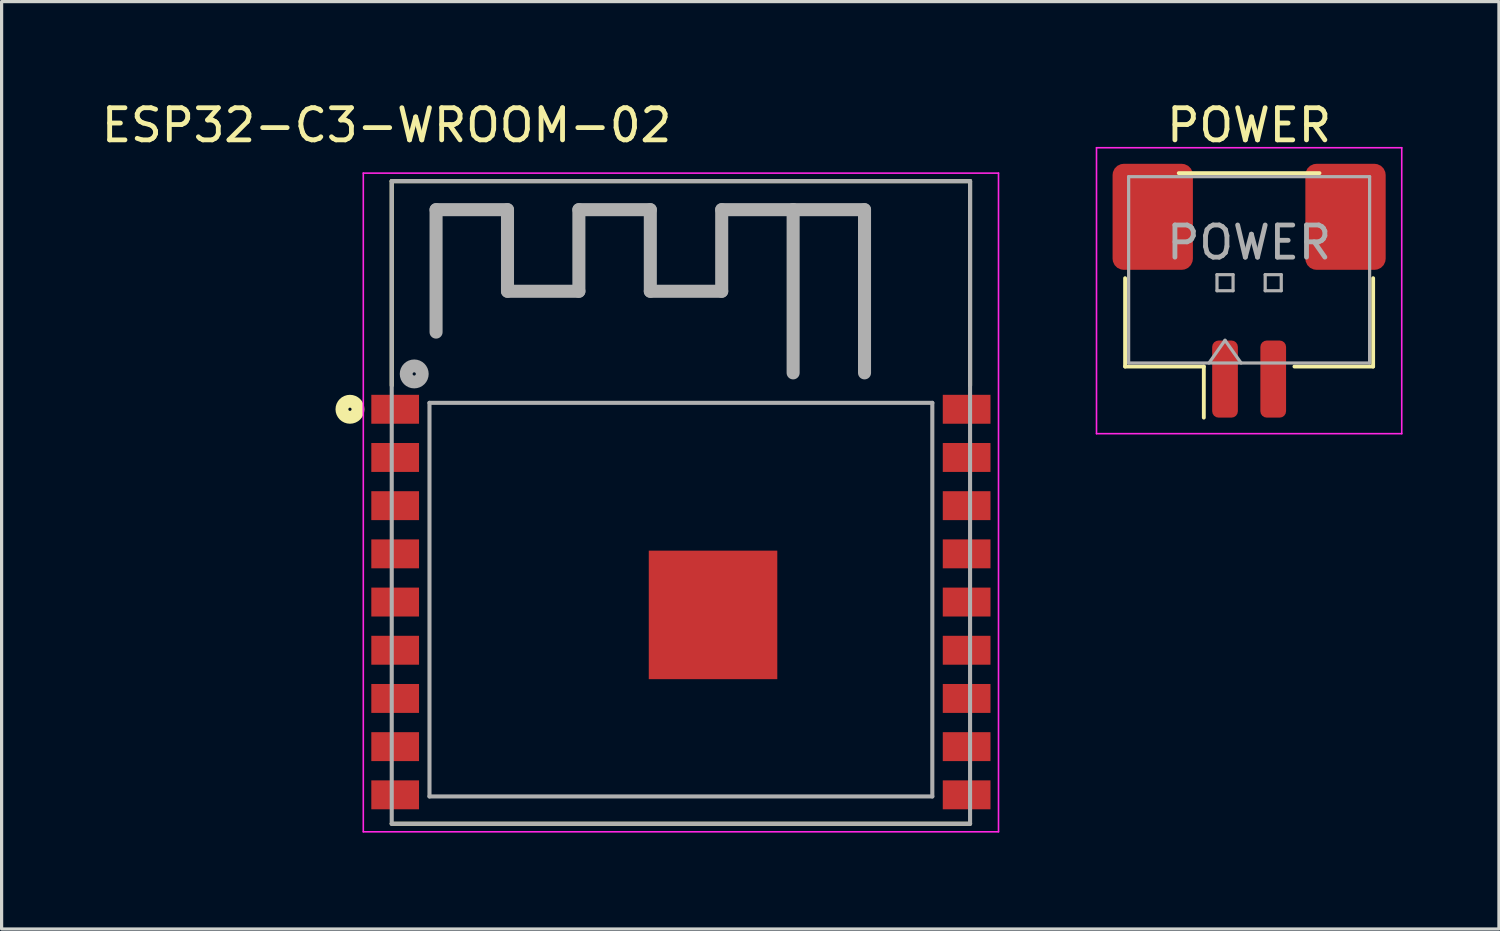
<source format=kicad_pcb>
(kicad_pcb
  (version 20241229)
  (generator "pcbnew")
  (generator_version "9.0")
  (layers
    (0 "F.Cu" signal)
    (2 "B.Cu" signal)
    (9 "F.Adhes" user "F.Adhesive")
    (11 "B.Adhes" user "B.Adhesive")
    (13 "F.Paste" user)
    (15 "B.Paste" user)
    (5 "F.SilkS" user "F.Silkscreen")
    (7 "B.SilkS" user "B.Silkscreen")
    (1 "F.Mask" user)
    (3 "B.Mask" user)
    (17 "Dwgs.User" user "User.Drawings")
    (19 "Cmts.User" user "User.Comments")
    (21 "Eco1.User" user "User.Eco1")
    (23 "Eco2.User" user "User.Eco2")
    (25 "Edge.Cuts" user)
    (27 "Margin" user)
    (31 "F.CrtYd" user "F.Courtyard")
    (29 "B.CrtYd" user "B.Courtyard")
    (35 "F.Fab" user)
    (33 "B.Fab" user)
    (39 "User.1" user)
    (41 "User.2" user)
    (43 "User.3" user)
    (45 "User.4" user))
  (footprint "ESP32-C3-WROOM-02"
    (layer "F.Cu")
    (at 19.142 14.818)
    (property "Reference" "ESP32-C3-WROOM-02" (at -10.16 -13.97 0) (unlocked yes) (layer "F.SilkS") (effects (font (size 1 1) (thickness 0.15))))
    (fp_line (start -10 -12.23) (end -10 -5.87) (stroke (width 0.127) (type solid)) (layer "F.SilkS"))
    (fp_line (start -10 -12.23) (end 8 -12.23) (stroke (width 0.127) (type solid)) (layer "F.SilkS"))
    (fp_line (start -10 7.77) (end 8 7.77) (stroke (width 0.127) (type solid)) (layer "F.SilkS"))
    (fp_line (start 8 -12.23) (end 8 -5.87) (stroke (width 0.127) (type solid)) (layer "F.SilkS"))
    (fp_circle (center -11.3 -5.13) (end -11.25 -5.13) (stroke (width 0.4) (type solid)) (fill no) (layer "F.SilkS"))
    (fp_line (start -10.885 -12.48) (end 8.885 -12.48) (stroke (width 0.05) (type solid)) (layer "F.CrtYd"))
    (fp_line (start -10.885 8.02) (end -10.885 -12.48) (stroke (width 0.05) (type solid)) (layer "F.CrtYd"))
    (fp_line (start 8.885 -12.48) (end 8.885 8.02) (stroke (width 0.05) (type solid)) (layer "F.CrtYd"))
    (fp_line (start 8.885 8.02) (end -10.885 8.02) (stroke (width 0.05) (type solid)) (layer "F.CrtYd"))
    (fp_line (start -10 -12.23) (end -10 7.77) (stroke (width 0.127) (type solid)) (layer "F.Fab"))
    (fp_line (start -10 7.77) (end 8 7.77) (stroke (width 0.127) (type solid)) (layer "F.Fab"))
    (fp_line (start -8.825 -5.33) (end -8.825 6.92) (stroke (width 0.127) (type solid)) (layer "F.Fab"))
    (fp_line (start -8.825 6.92) (end 6.825 6.92) (stroke (width 0.127) (type solid)) (layer "F.Fab"))
    (fp_line (start -8.62 -11.342) (end -6.397 -11.342) (stroke (width 0.406) (type solid)) (layer "F.Fab"))
    (fp_line (start -8.62 -7.532) (end -8.62 -11.342) (stroke (width 0.406) (type solid)) (layer "F.Fab"))
    (fp_line (start -6.397 -11.342) (end -6.397 -8.803) (stroke (width 0.406) (type solid)) (layer "F.Fab"))
    (fp_line (start -6.397 -8.803) (end -4.175 -8.803) (stroke (width 0.406) (type solid)) (layer "F.Fab"))
    (fp_line (start -4.175 -11.342) (end -1.952 -11.342) (stroke (width 0.406) (type solid)) (layer "F.Fab"))
    (fp_line (start -4.175 -8.803) (end -4.175 -11.342) (stroke (width 0.406) (type solid)) (layer "F.Fab"))
    (fp_line (start -1.952 -11.342) (end -1.952 -8.803) (stroke (width 0.406) (type solid)) (layer "F.Fab"))
    (fp_line (start -1.952 -8.803) (end 0.27 -8.803) (stroke (width 0.406) (type solid)) (layer "F.Fab"))
    (fp_line (start 0.27 -11.342) (end 2.493 -11.342) (stroke (width 0.406) (type solid)) (layer "F.Fab"))
    (fp_line (start 0.27 -8.803) (end 0.27 -11.342) (stroke (width 0.406) (type solid)) (layer "F.Fab"))
    (fp_line (start 2.493 -11.342) (end 2.493 -6.263) (stroke (width 0.406) (type solid)) (layer "F.Fab"))
    (fp_line (start 2.493 -11.342) (end 4.715 -11.342) (stroke (width 0.406) (type solid)) (layer "F.Fab"))
    (fp_line (start 4.715 -11.342) (end 4.715 -6.263) (stroke (width 0.406) (type solid)) (layer "F.Fab"))
    (fp_line (start 6.825 -5.33) (end -8.825 -5.33) (stroke (width 0.127) (type solid)) (layer "F.Fab"))
    (fp_line (start 6.825 6.92) (end 6.825 -5.33) (stroke (width 0.127) (type solid)) (layer "F.Fab"))
    (fp_line (start 8 -12.23) (end -10 -12.23) (stroke (width 0.127) (type solid)) (layer "F.Fab"))
    (fp_line (start 8 7.77) (end 8 -12.23) (stroke (width 0.127) (type solid)) (layer "F.Fab"))
    (fp_circle (center -9.3 -6.23) (end -9.25 -6.23) (stroke (width 0.4) (type solid)) (fill no) (layer "F.Fab"))
    (pad "1" smd rect (at -9.893 -5.13) (size 1.485 0.9) (layers "F.Cu" "F.Mask"))
    (pad "2" smd rect (at -9.893 -3.63) (size 1.485 0.9) (layers "F.Cu" "F.Mask"))
    (pad "3" smd rect (at -9.893 -2.13) (size 1.485 0.9) (layers "F.Cu" "F.Mask"))
    (pad "4" smd rect (at -9.893 -0.63) (size 1.485 0.9) (layers "F.Cu" "F.Mask"))
    (pad "5" smd rect (at -9.893 0.87) (size 1.485 0.9) (layers "F.Cu" "F.Mask"))
    (pad "6" smd rect (at -9.893 2.37) (size 1.485 0.9) (layers "F.Cu" "F.Mask"))
    (pad "7" smd rect (at -9.893 3.87) (size 1.485 0.9) (layers "F.Cu" "F.Mask"))
    (pad "8" smd rect (at -9.893 5.37) (size 1.485 0.9) (layers "F.Cu" "F.Mask"))
    (pad "9" smd rect (at -9.893 6.87) (size 1.485 0.9) (layers "F.Cu" "F.Mask"))
    (pad "10" smd rect (at 7.893 6.87) (size 1.485 0.9) (layers "F.Cu" "F.Mask"))
    (pad "11" smd rect (at 7.893 5.37) (size 1.485 0.9) (layers "F.Cu" "F.Mask"))
    (pad "12" smd rect (at 7.893 3.87) (size 1.485 0.9) (layers "F.Cu" "F.Mask"))
    (pad "13" smd rect (at 7.893 2.37) (size 1.485 0.9) (layers "F.Cu" "F.Mask"))
    (pad "14" smd rect (at 7.893 0.87) (size 1.485 0.9) (layers "F.Cu" "F.Mask"))
    (pad "15" smd rect (at 7.893 -0.63) (size 1.485 0.9) (layers "F.Cu" "F.Mask"))
    (pad "16" smd rect (at 7.893 -2.13) (size 1.485 0.9) (layers "F.Cu" "F.Mask"))
    (pad "17" smd rect (at 7.893 -3.63) (size 1.485 0.9) (layers "F.Cu" "F.Mask"))
    (pad "18" smd rect (at 7.893 -5.13) (size 1.485 0.9) (layers "F.Cu" "F.Mask"))
    (pad "19" smd rect (at 0 1.27) (size 4 4) (layers "F.Cu" "F.Mask")))
  (footprint "POWER"
    (layer "F.Cu")
    (at 35.827 5.998)
    (property "Reference" "POWER" (at 0 -5.15 0) (layer "F.SilkS") (effects (font (size 1 1) (thickness 0.15))))
    (attr smd)
    (fp_line (start -3.86 -0.39) (end -3.86 2.36) (stroke (width 0.12) (type solid)) (layer "F.SilkS"))
    (fp_line (start -3.86 2.36) (end -1.41 2.36) (stroke (width 0.12) (type solid)) (layer "F.SilkS"))
    (fp_line (start -2.19 -3.66) (end 2.19 -3.66) (stroke (width 0.12) (type solid)) (layer "F.SilkS"))
    (fp_line (start -1.41 2.36) (end -1.41 3.95) (stroke (width 0.12) (type solid)) (layer "F.SilkS"))
    (fp_line (start 3.86 -0.39) (end 3.86 2.36) (stroke (width 0.12) (type solid)) (layer "F.SilkS"))
    (fp_line (start 3.86 2.36) (end 1.41 2.36) (stroke (width 0.12) (type solid)) (layer "F.SilkS"))
    (fp_line (start -4.75 -4.45) (end -4.75 4.45) (stroke (width 0.05) (type solid)) (layer "F.CrtYd"))
    (fp_line (start -4.75 4.45) (end 4.75 4.45) (stroke (width 0.05) (type solid)) (layer "F.CrtYd"))
    (fp_line (start 4.75 -4.45) (end -4.75 -4.45) (stroke (width 0.05) (type solid)) (layer "F.CrtYd"))
    (fp_line (start 4.75 4.45) (end 4.75 -4.45) (stroke (width 0.05) (type solid)) (layer "F.CrtYd"))
    (fp_line (start -3.75 -3.55) (end 3.75 -3.55) (stroke (width 0.1) (type solid)) (layer "F.Fab"))
    (fp_line (start -3.75 2.25) (end -3.75 -3.55) (stroke (width 0.1) (type solid)) (layer "F.Fab"))
    (fp_line (start -3.75 2.25) (end 3.75 2.25) (stroke (width 0.1) (type solid)) (layer "F.Fab"))
    (fp_line (start -1.25 2.25) (end -0.75 1.543) (stroke (width 0.1) (type solid)) (layer "F.Fab"))
    (fp_line (start -1 -0.5) (end -1 0) (stroke (width 0.1) (type solid)) (layer "F.Fab"))
    (fp_line (start -1 0) (end -0.5 0) (stroke (width 0.1) (type solid)) (layer "F.Fab"))
    (fp_line (start -0.75 1.543) (end -0.25 2.25) (stroke (width 0.1) (type solid)) (layer "F.Fab"))
    (fp_line (start -0.5 -0.5) (end -1 -0.5) (stroke (width 0.1) (type solid)) (layer "F.Fab"))
    (fp_line (start -0.5 0) (end -0.5 -0.5) (stroke (width 0.1) (type solid)) (layer "F.Fab"))
    (fp_line (start 0.5 -0.5) (end 0.5 0) (stroke (width 0.1) (type solid)) (layer "F.Fab"))
    (fp_line (start 0.5 0) (end 1 0) (stroke (width 0.1) (type solid)) (layer "F.Fab"))
    (fp_line (start 1 -0.5) (end 0.5 -0.5) (stroke (width 0.1) (type solid)) (layer "F.Fab"))
    (fp_line (start 1 0) (end 1 -0.5) (stroke (width 0.1) (type solid)) (layer "F.Fab"))
    (fp_line (start 3.75 2.25) (end 3.75 -3.55) (stroke (width 0.1) (type solid)) (layer "F.Fab"))
    (fp_text user "${REFERENCE}" (at 0 -1.5 0) (layer "F.Fab") (effects (font (size 1 1) (thickness 0.15))))
    (pad "1" smd roundrect (at -0.75 2.75) (size 0.8 2.4) (layers "F.Cu" "F.Mask" "F.Paste") (roundrect_rratio 0.25))
    (pad "2" smd roundrect (at 0.75 2.75) (size 0.8 2.4) (layers "F.Cu" "F.Mask" "F.Paste") (roundrect_rratio 0.25))
    (pad "MP" smd roundrect (at -3 -2.3) (size 2.5 3.3) (layers "F.Cu" "F.Mask" "F.Paste") (roundrect_rratio 0.139))
    (pad "MP" smd roundrect (at 3 -2.3) (size 2.5 3.3) (layers "F.Cu" "F.Mask" "F.Paste") (roundrect_rratio 0.139)))
  (gr_rect
    (start -3 -3)
    (end 43.602 25.863)
    (stroke (width 0.1) (type default))
    (fill no)
    (layer "Edge.Cuts")))
</source>
